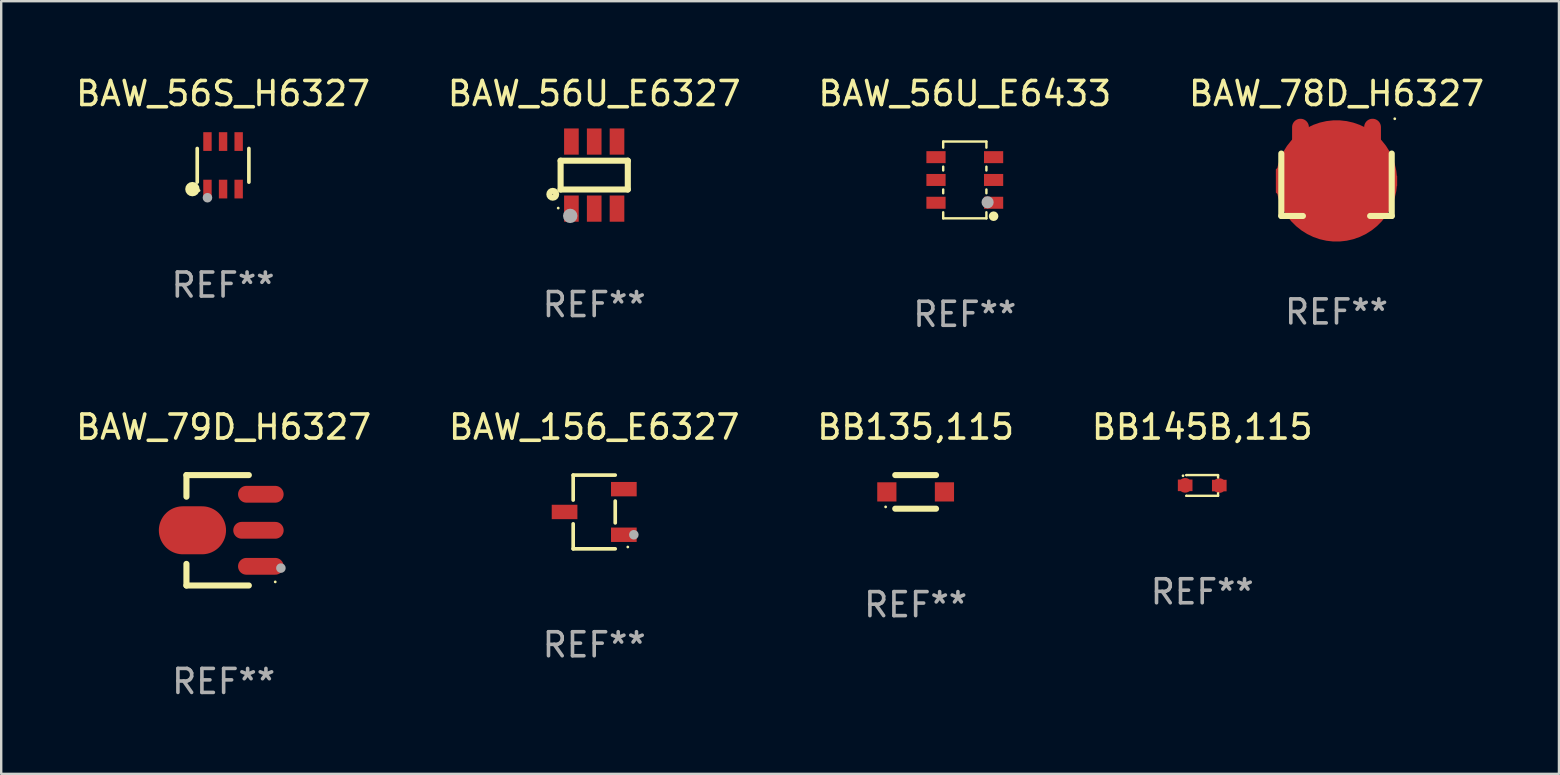
<source format=kicad_pcb>
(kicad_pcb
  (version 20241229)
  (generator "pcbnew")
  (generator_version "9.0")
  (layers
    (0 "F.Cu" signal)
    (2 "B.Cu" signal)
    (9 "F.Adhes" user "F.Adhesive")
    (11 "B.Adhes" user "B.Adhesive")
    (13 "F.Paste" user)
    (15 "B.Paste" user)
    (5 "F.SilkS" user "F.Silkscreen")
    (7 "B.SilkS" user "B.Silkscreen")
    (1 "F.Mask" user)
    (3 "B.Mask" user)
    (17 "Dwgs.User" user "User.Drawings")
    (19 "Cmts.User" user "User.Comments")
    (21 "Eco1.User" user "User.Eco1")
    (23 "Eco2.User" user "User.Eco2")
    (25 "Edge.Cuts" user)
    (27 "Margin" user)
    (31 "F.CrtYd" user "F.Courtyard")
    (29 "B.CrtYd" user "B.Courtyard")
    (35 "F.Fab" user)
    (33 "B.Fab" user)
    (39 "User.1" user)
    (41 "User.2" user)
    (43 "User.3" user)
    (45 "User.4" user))
  (footprint "BAW_78D_H6327"
    (layer "F.Cu")
    (at 52.637 4.398)
    (property "Reference" "BAW_78D_H6327" (at 0 -3.55 0) (layer "F.SilkS") (effects (font (size 1 1) (thickness 0.15))))
    (attr through_hole)
    (fp_line (start -2.3 1.55) (end -2.3 -1.05) (stroke (width 0.254) (type solid)) (layer "F.SilkS"))
    (fp_line (start -1.4 1.55) (end -2.3 1.55) (stroke (width 0.254) (type solid)) (layer "F.SilkS"))
    (fp_line (start 2.3 -1.05) (end 2.3 1.55) (stroke (width 0.254) (type solid)) (layer "F.SilkS"))
    (fp_line (start 2.3 1.55) (end 1.4 1.55) (stroke (width 0.254) (type solid)) (layer "F.SilkS"))
    (fp_circle (center 2.427 -2.5) (end 2.457 -2.5) (stroke (width 0.06) (type solid)) (fill no) (layer "F.SilkS"))
    (fp_text user "REF**" (at 0 5.55 0) (layer "F.Fab") (effects (font (size 1 1) (thickness 0.15))))
    (pad "1" smd oval (at 1.501 -1.55) (size 0.7 1.9) (layers "F.Cu" "F.Mask" "F.Paste"))
    (pad "2" smd custom (at -0.000254 0.09 270) (size 5.055 2.032) (layers "F.Cu" "F.Mask" "F.Paste") (options (anchor circle)) (primitives (gr_poly (pts (xy 0.356 -0.826) (xy 0.356 -2.299) (xy 0.356 -2.375) (xy 0.203 -2.527) (xy -0.203 -2.527) (xy -0.355 -2.375) (xy -0.355 -0.826) (xy -0.355 -0.673) (xy -1.016 0.013) (xy -1.016 1.715) (xy -1.016 1.994) (xy -0.482 2.527) (xy 0.483 2.527) (xy 1.016 1.994) (xy 1.016 0.013) (xy 0.661 -0.343) (xy 0.356 -0.673)) (width 0) (fill yes))))
    (pad "3" smd oval (at -1.501 -1.55) (size 0.7 1.9) (layers "F.Cu" "F.Mask" "F.Paste")))
  (footprint "BB135,115"
    (layer "F.Cu")
    (at 35.101 17.445)
    (property "Reference" "BB135,115" (at 0 -2.7 0) (layer "F.SilkS") (effects (font (size 1 1) (thickness 0.15))))
    (attr through_hole)
    (fp_line (start -0.85 -0.7) (end 0.85 -0.7) (stroke (width 0.254) (type solid)) (layer "F.SilkS"))
    (fp_line (start -0.85 0.7) (end 0.85 0.7) (stroke (width 0.254) (type solid)) (layer "F.SilkS"))
    (fp_circle (center -1.25 0.625) (end -1.22 0.625) (stroke (width 0.06) (type solid)) (fill no) (layer "F.SilkS"))
    (fp_text user "REF**" (at 0 4.7 0) (layer "F.Fab") (effects (font (size 1 1) (thickness 0.15))))
    (pad "1" smd rect (at -1.2 0) (size 0.8 0.8) (layers "F.Cu" "F.Mask" "F.Paste"))
    (pad "2" smd rect (at 1.2 0) (size 0.8 0.8) (layers "F.Cu" "F.Mask" "F.Paste")))
  (footprint "BAW_56S_H6327"
    (layer "F.Cu")
    (at 6.244 3.838)
    (property "Reference" "BAW_56S_H6327" (at 0 -2.99 0) (layer "F.SilkS") (effects (font (size 1 1) (thickness 0.15))))
    (attr through_hole)
    (fp_line (start -1.076 0.701) (end -1.076 -0.701) (stroke (width 0.152) (type solid)) (layer "F.SilkS"))
    (fp_line (start 1.076 0.701) (end 1.076 -0.701) (stroke (width 0.152) (type solid)) (layer "F.SilkS"))
    (fp_circle (center -1.277 0.992) (end -1.127 0.992) (stroke (width 0.3) (type solid)) (fill no) (layer "F.SilkS"))
    (fp_circle (center -1 1.05) (end -0.97 1.05) (stroke (width 0.06) (type solid)) (fill no) (layer "F.SilkS"))
    (fp_circle (center -0.65 1.35) (end -0.55 1.35) (stroke (width 0.2) (type solid)) (fill no) (layer "F.Fab"))
    (fp_text user "REF**" (at 0 4.99 0) (layer "F.Fab") (effects (font (size 1 1) (thickness 0.15))))
    (pad "1" smd rect (at -0.65 0.99) (size 0.35 0.78) (layers "F.Cu" "F.Mask" "F.Paste"))
    (pad "2" smd rect (at 0 0.99) (size 0.35 0.78) (layers "F.Cu" "F.Mask" "F.Paste"))
    (pad "3" smd rect (at 0.65 0.99) (size 0.35 0.78) (layers "F.Cu" "F.Mask" "F.Paste"))
    (pad "4" smd rect (at 0.65 -0.99) (size 0.35 0.78) (layers "F.Cu" "F.Mask" "F.Paste"))
    (pad "5" smd rect (at 0 -0.99) (size 0.35 0.78) (layers "F.Cu" "F.Mask" "F.Paste"))
    (pad "6" smd rect (at -0.65 -0.99) (size 0.35 0.78) (layers "F.Cu" "F.Mask" "F.Paste")))
  (footprint "BAW_156_E6327"
    (layer "F.Cu")
    (at 21.708 18.281)
    (property "Reference" "BAW_156_E6327" (at 0 -3.536 0) (layer "F.SilkS") (effects (font (size 1 1) (thickness 0.15))))
    (attr through_hole)
    (fp_line (start -0.876 -1.536) (end -0.876 -0.495) (stroke (width 0.152) (type solid)) (layer "F.SilkS"))
    (fp_line (start -0.876 1.536) (end -0.876 0.495) (stroke (width 0.152) (type solid)) (layer "F.SilkS"))
    (fp_line (start 0.876 -1.536) (end -0.876 -1.536) (stroke (width 0.152) (type solid)) (layer "F.SilkS"))
    (fp_line (start 0.876 -0.455) (end 0.876 0.455) (stroke (width 0.152) (type solid)) (layer "F.SilkS"))
    (fp_line (start 0.876 1.536) (end -0.876 1.536) (stroke (width 0.152) (type solid)) (layer "F.SilkS"))
    (fp_circle (center 1.4 1.46) (end 1.43 1.46) (stroke (width 0.06) (type solid)) (fill no) (layer "F.SilkS"))
    (fp_circle (center 1.651 0.95) (end 1.751 0.95) (stroke (width 0.2) (type solid)) (fill no) (layer "F.Fab"))
    (fp_text user "REF**" (at 0 5.536 0) (layer "F.Fab") (effects (font (size 1 1) (thickness 0.15))))
    (pad "1" smd rect (at 1.235 0.95) (size 1.07 0.6) (layers "F.Cu" "F.Mask" "F.Paste"))
    (pad "2" smd rect (at 1.235 -0.95) (size 1.07 0.6) (layers "F.Cu" "F.Mask" "F.Paste"))
    (pad "3" smd rect (at -1.235 0) (size 1.07 0.6) (layers "F.Cu" "F.Mask" "F.Paste")))
  (footprint "BAW_79D_H6327"
    (layer "F.Cu")
    (at 6.268 19.045)
    (property "Reference" "BAW_79D_H6327" (at 0 -4.3 0) (layer "F.SilkS") (effects (font (size 1 1) (thickness 0.15))))
    (attr through_hole)
    (fp_line (start -1.55 -2.3) (end 1.05 -2.3) (stroke (width 0.254) (type solid)) (layer "F.SilkS"))
    (fp_line (start -1.55 -1.4) (end -1.55 -2.3) (stroke (width 0.254) (type solid)) (layer "F.SilkS"))
    (fp_line (start -1.55 2.3) (end -1.55 1.4) (stroke (width 0.254) (type solid)) (layer "F.SilkS"))
    (fp_line (start 1.05 2.3) (end -1.55 2.3) (stroke (width 0.254) (type solid)) (layer "F.SilkS"))
    (fp_circle (center 2.15 2.15) (end 2.18 2.15) (stroke (width 0.06) (type solid)) (fill no) (layer "F.SilkS"))
    (fp_circle (center 2.386 1.575) (end 2.486 1.575) (stroke (width 0.2) (type solid)) (fill no) (layer "F.Fab"))
    (fp_text user "REF**" (at 0 6.3 0) (layer "F.Fab") (effects (font (size 1 1) (thickness 0.15))))
    (pad "1" smd oval (at 1.55 1.501 270) (size 0.7 1.9) (layers "F.Cu" "F.Mask" "F.Paste"))
    (pad "2" smd oval (at 1.451 0 270) (size 0.7 2.1) (layers "F.Cu" "F.Mask" "F.Paste"))
    (pad "3" smd oval (at 1.55 -1.501 270) (size 0.7 1.9) (layers "F.Cu" "F.Mask" "F.Paste"))
    (pad "4" smd oval (at -1.3 0 270) (size 2 2.8) (layers "F.Cu" "F.Mask" "F.Paste")))
  (footprint "BB145B,115"
    (layer "F.Cu")
    (at 47.042 17.177)
    (property "Reference" "BB145B,115" (at 0 -2.432 0) (layer "F.SilkS") (effects (font (size 1 1) (thickness 0.15))))
    (attr through_hole)
    (fp_line (start -0.661 0.432) (end -0.661 0.432) (stroke (width 0.1) (type solid)) (layer "F.SilkS"))
    (fp_line (start -0.661 -0.432) (end -0.661 -0.432) (stroke (width 0.1) (type solid)) (layer "F.SilkS"))
    (fp_line (start -0.661 -0.432) (end 0.66 -0.432) (stroke (width 0.1) (type solid)) (layer "F.SilkS"))
    (fp_line (start 0.66 0.326) (end 0.66 0.432) (stroke (width 0.1) (type solid)) (layer "F.SilkS"))
    (fp_line (start 0.66 0.432) (end -0.661 0.432) (stroke (width 0.1) (type solid)) (layer "F.SilkS"))
    (fp_line (start 0.66 -0.432) (end 0.66 -0.33) (stroke (width 0.1) (type solid)) (layer "F.SilkS"))
    (fp_circle (center -0.8 -0.404) (end -0.77 -0.404) (stroke (width 0.06) (type solid)) (fill no) (layer "F.SilkS"))
    (fp_text user "REF**" (at 0 4.432 0) (layer "F.Fab") (effects (font (size 1 1) (thickness 0.15))))
    (pad "1" smd custom (at -0.711 -0.005) (size 0.61 0.483) (layers "F.Cu" "F.Mask" "F.Paste") (options (anchor circle)) (primitives (gr_poly (pts (xy -0.305 -0.241) (xy 0.305 -0.241) (xy 0.305 0.241) (xy -0.305 0.241)) (width 0) (fill yes))))
    (pad "2" smd custom (at 0.711 0.005) (size 0.61 0.483) (layers "F.Cu" "F.Mask" "F.Paste") (options (anchor circle)) (primitives (gr_poly (pts (xy -0.305 -0.241) (xy 0.305 -0.241) (xy 0.305 0.241) (xy -0.305 0.241)) (width 0) (fill yes)))))
  (footprint "BAW_56U_E6433"
    (layer "F.Cu")
    (at 37.149 4.448)
    (property "Reference" "BAW_56U_E6433" (at 0 -3.6 0) (layer "F.SilkS") (effects (font (size 1 1) (thickness 0.15))))
    (attr through_hole)
    (fp_line (start -0.9 -1.6) (end 0.9 -1.6) (stroke (width 0.101) (type solid)) (layer "F.SilkS"))
    (fp_line (start -0.9 -1.346) (end -0.9 -1.6) (stroke (width 0.101) (type solid)) (layer "F.SilkS"))
    (fp_line (start -0.9 -0.396) (end -0.9 -0.554) (stroke (width 0.101) (type solid)) (layer "F.SilkS"))
    (fp_line (start -0.9 0.554) (end -0.9 0.396) (stroke (width 0.101) (type solid)) (layer "F.SilkS"))
    (fp_line (start -0.9 1.6) (end -0.9 1.346) (stroke (width 0.101) (type solid)) (layer "F.SilkS"))
    (fp_line (start -0.9 1.6) (end 0.9 1.6) (stroke (width 0.101) (type solid)) (layer "F.SilkS"))
    (fp_line (start 0.9 -1.346) (end 0.9 -1.6) (stroke (width 0.101) (type solid)) (layer "F.SilkS"))
    (fp_line (start 0.9 -0.396) (end 0.9 -0.554) (stroke (width 0.101) (type solid)) (layer "F.SilkS"))
    (fp_line (start 0.9 0.554) (end 0.9 0.396) (stroke (width 0.101) (type solid)) (layer "F.SilkS"))
    (fp_line (start 0.9 1.6) (end 0.9 1.346) (stroke (width 0.101) (type solid)) (layer "F.SilkS"))
    (fp_circle (center 1.2 1.51) (end 1.3 1.51) (stroke (width 0.2) (type solid)) (fill no) (layer "F.SilkS"))
    (fp_circle (center 1.25 1.45) (end 1.28 1.45) (stroke (width 0.06) (type solid)) (fill no) (layer "F.SilkS"))
    (fp_circle (center 0.95 0.93) (end 1.077 0.93) (stroke (width 0.254) (type solid)) (fill no) (layer "F.Fab"))
    (fp_text user "REF**" (at 0 5.6 0) (layer "F.Fab") (effects (font (size 1 1) (thickness 0.15))))
    (pad "1" smd rect (at 1.2 0.95 90) (size 0.5 0.8) (layers "F.Cu" "F.Mask" "F.Paste"))
    (pad "2" smd rect (at 1.2 0 90) (size 0.5 0.8) (layers "F.Cu" "F.Mask" "F.Paste"))
    (pad "3" smd rect (at 1.2 -0.95 90) (size 0.5 0.8) (layers "F.Cu" "F.Mask" "F.Paste"))
    (pad "4" smd rect (at -1.2 -0.95 90) (size 0.5 0.8) (layers "F.Cu" "F.Mask" "F.Paste"))
    (pad "5" smd rect (at -1.2 0 90) (size 0.5 0.8) (layers "F.Cu" "F.Mask" "F.Paste"))
    (pad "6" smd rect (at -1.2 0.95 90) (size 0.5 0.8) (layers "F.Cu" "F.Mask" "F.Paste")))
  (footprint "BAW_56U_E6327"
    (layer "F.Cu")
    (at 21.708 4.245)
    (property "Reference" "BAW_56U_E6327" (at 0 -3.397 0) (layer "F.SilkS") (effects (font (size 1 1) (thickness 0.15))))
    (attr through_hole)
    (fp_line (start -1.4 -0.6) (end 1.4 -0.6) (stroke (width 0.254) (type solid)) (layer "F.SilkS"))
    (fp_line (start -1.4 0.6) (end -1.4 -0.6) (stroke (width 0.254) (type solid)) (layer "F.SilkS"))
    (fp_line (start -1.4 0.6) (end 1.4 0.6) (stroke (width 0.254) (type solid)) (layer "F.SilkS"))
    (fp_line (start 1.4 -0.6) (end 1.4 0.6) (stroke (width 0.254) (type solid)) (layer "F.SilkS"))
    (fp_circle (center -1.727 0.8) (end -1.585 0.8) (stroke (width 0.254) (type solid)) (fill no) (layer "F.SilkS"))
    (fp_circle (center -1.5 1.375) (end -1.47 1.375) (stroke (width 0.06) (type solid)) (fill no) (layer "F.SilkS"))
    (fp_circle (center -1 1.7) (end -0.85 1.7) (stroke (width 0.3) (type solid)) (fill no) (layer "F.Fab"))
    (fp_text user "REF**" (at 0 5.397 0) (layer "F.Fab") (effects (font (size 1 1) (thickness 0.15))))
    (pad "1" smd rect (at -0.95 1.397 180) (size 0.61 1.092) (layers "F.Cu" "F.Mask" "F.Paste"))
    (pad "2" smd rect (at 0 1.397 180) (size 0.61 1.092) (layers "F.Cu" "F.Mask" "F.Paste"))
    (pad "3" smd rect (at 0.95 1.397 180) (size 0.61 1.092) (layers "F.Cu" "F.Mask" "F.Paste"))
    (pad "4" smd rect (at 0.95 -1.397 180) (size 0.61 1.092) (layers "F.Cu" "F.Mask" "F.Paste"))
    (pad "5" smd rect (at 0 -1.397 180) (size 0.61 1.092) (layers "F.Cu" "F.Mask" "F.Paste"))
    (pad "6" smd rect (at -0.95 -1.397 180) (size 0.61 1.092) (layers "F.Cu" "F.Mask" "F.Paste")))
  (gr_rect
    (start -3 -3)
    (end 61.905 29.193)
    (stroke (width 0.1) (type default))
    (fill no)
    (layer "Edge.Cuts")))
</source>
